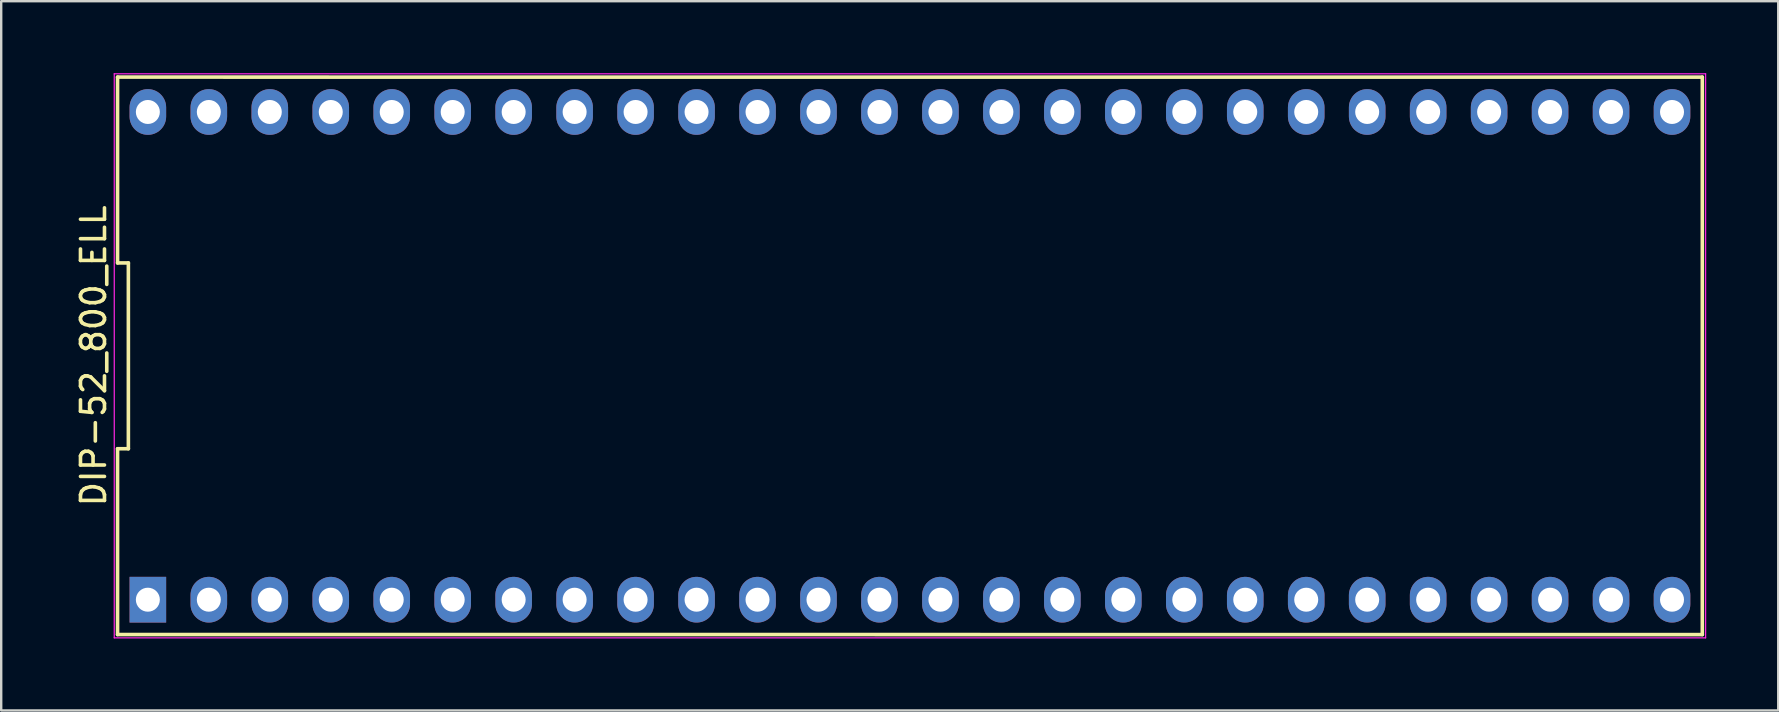
<source format=kicad_pcb>
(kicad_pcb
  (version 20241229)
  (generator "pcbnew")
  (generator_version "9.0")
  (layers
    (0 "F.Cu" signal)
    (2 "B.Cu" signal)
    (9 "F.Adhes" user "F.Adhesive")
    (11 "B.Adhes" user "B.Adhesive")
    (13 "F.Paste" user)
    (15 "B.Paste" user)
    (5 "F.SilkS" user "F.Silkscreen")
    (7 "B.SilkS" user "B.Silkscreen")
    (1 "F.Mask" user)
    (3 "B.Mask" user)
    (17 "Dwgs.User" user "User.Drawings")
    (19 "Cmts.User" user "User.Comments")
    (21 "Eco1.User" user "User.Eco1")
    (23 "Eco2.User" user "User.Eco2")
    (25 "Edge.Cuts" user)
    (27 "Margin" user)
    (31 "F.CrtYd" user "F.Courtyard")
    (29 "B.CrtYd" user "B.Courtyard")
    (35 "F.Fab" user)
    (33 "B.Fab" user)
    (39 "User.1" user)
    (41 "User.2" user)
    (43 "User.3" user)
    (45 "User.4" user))
  (footprint "DIP-52_800_ELL"
    (layer "F.Cu")
    (at 34.86 11.775)
    (property "Reference" "DIP-52_800_ELL" (at -34.012 0 90) (layer "F.SilkS") (effects (font (size 1 1) (thickness 0.15))))
    (attr through_hole)
    (fp_line (start -33.012 -11.613) (end -33.012 -3.871) (stroke (width 0.15) (type solid)) (layer "F.SilkS"))
    (fp_line (start -33.012 -3.871) (end -32.562 -3.871) (stroke (width 0.15) (type solid)) (layer "F.SilkS"))
    (fp_line (start -33.012 3.871) (end -33.012 11.612) (stroke (width 0.15) (type solid)) (layer "F.SilkS"))
    (fp_line (start -33.012 11.612) (end 33.012 11.613) (stroke (width 0.15) (type solid)) (layer "F.SilkS"))
    (fp_line (start -32.562 -3.871) (end -32.562 3.871) (stroke (width 0.15) (type solid)) (layer "F.SilkS"))
    (fp_line (start -32.562 3.871) (end -33.012 3.871) (stroke (width 0.15) (type solid)) (layer "F.SilkS"))
    (fp_line (start 33.012 -11.612) (end -33.012 -11.613) (stroke (width 0.15) (type solid)) (layer "F.SilkS"))
    (fp_line (start 33.012 11.613) (end 33.012 -11.612) (stroke (width 0.15) (type solid)) (layer "F.SilkS"))
    (fp_line (start -33.15 -11.75) (end 33.15 -11.75) (stroke (width 0.05) (type solid)) (layer "F.CrtYd"))
    (fp_line (start -33.15 11.75) (end -33.15 -11.75) (stroke (width 0.05) (type solid)) (layer "F.CrtYd"))
    (fp_line (start 33.15 -11.75) (end 33.15 11.75) (stroke (width 0.05) (type solid)) (layer "F.CrtYd"))
    (fp_line (start 33.15 11.75) (end -33.15 11.75) (stroke (width 0.05) (type solid)) (layer "F.CrtYd"))
    (pad "1" thru_hole rect (at -31.75 10.16) (size 1.524 1.905) (drill 1) (layers "*.Cu" "*.Mask"))
    (pad "2" thru_hole oval (at -29.21 10.16) (size 1.524 1.905) (drill 1) (layers "*.Cu" "*.Mask"))
    (pad "3" thru_hole oval (at -26.67 10.16) (size 1.524 1.905) (drill 1) (layers "*.Cu" "*.Mask"))
    (pad "4" thru_hole oval (at -24.13 10.16) (size 1.524 1.905) (drill 1) (layers "*.Cu" "*.Mask"))
    (pad "5" thru_hole oval (at -21.59 10.16) (size 1.524 1.905) (drill 1) (layers "*.Cu" "*.Mask"))
    (pad "6" thru_hole oval (at -19.05 10.16) (size 1.524 1.905) (drill 1) (layers "*.Cu" "*.Mask"))
    (pad "7" thru_hole oval (at -16.51 10.16) (size 1.524 1.905) (drill 1) (layers "*.Cu" "*.Mask"))
    (pad "8" thru_hole oval (at -13.97 10.16) (size 1.524 1.905) (drill 1) (layers "*.Cu" "*.Mask"))
    (pad "9" thru_hole oval (at -11.43 10.16) (size 1.524 1.905) (drill 1) (layers "*.Cu" "*.Mask"))
    (pad "10" thru_hole oval (at -8.89 10.16) (size 1.524 1.905) (drill 1) (layers "*.Cu" "*.Mask"))
    (pad "11" thru_hole oval (at -6.35 10.16) (size 1.524 1.905) (drill 1) (layers "*.Cu" "*.Mask"))
    (pad "12" thru_hole oval (at -3.81 10.16) (size 1.524 1.905) (drill 1) (layers "*.Cu" "*.Mask"))
    (pad "13" thru_hole oval (at -1.27 10.16) (size 1.524 1.905) (drill 1) (layers "*.Cu" "*.Mask"))
    (pad "14" thru_hole oval (at 1.27 10.16) (size 1.524 1.905) (drill 1) (layers "*.Cu" "*.Mask"))
    (pad "15" thru_hole oval (at 3.81 10.16) (size 1.524 1.905) (drill 1) (layers "*.Cu" "*.Mask"))
    (pad "16" thru_hole oval (at 6.35 10.16) (size 1.524 1.905) (drill 1) (layers "*.Cu" "*.Mask"))
    (pad "17" thru_hole oval (at 8.89 10.16) (size 1.524 1.905) (drill 1) (layers "*.Cu" "*.Mask"))
    (pad "18" thru_hole oval (at 11.43 10.16) (size 1.524 1.905) (drill 1) (layers "*.Cu" "*.Mask"))
    (pad "19" thru_hole oval (at 13.97 10.16) (size 1.524 1.905) (drill 1) (layers "*.Cu" "*.Mask"))
    (pad "20" thru_hole oval (at 16.51 10.16) (size 1.524 1.905) (drill 1) (layers "*.Cu" "*.Mask"))
    (pad "21" thru_hole oval (at 19.05 10.16) (size 1.524 1.905) (drill 1) (layers "*.Cu" "*.Mask"))
    (pad "22" thru_hole oval (at 21.59 10.16) (size 1.524 1.905) (drill 1) (layers "*.Cu" "*.Mask"))
    (pad "23" thru_hole oval (at 24.13 10.16) (size 1.524 1.905) (drill 1) (layers "*.Cu" "*.Mask"))
    (pad "24" thru_hole oval (at 26.67 10.16) (size 1.524 1.905) (drill 1) (layers "*.Cu" "*.Mask"))
    (pad "25" thru_hole oval (at 29.21 10.16) (size 1.524 1.905) (drill 1) (layers "*.Cu" "*.Mask"))
    (pad "26" thru_hole oval (at 31.75 10.16) (size 1.524 1.905) (drill 1) (layers "*.Cu" "*.Mask"))
    (pad "27" thru_hole oval (at 31.75 -10.16) (size 1.524 1.905) (drill 1) (layers "*.Cu" "*.Mask"))
    (pad "28" thru_hole oval (at 29.21 -10.16) (size 1.524 1.905) (drill 1) (layers "*.Cu" "*.Mask"))
    (pad "29" thru_hole oval (at 26.67 -10.16) (size 1.524 1.905) (drill 1) (layers "*.Cu" "*.Mask"))
    (pad "30" thru_hole oval (at 24.13 -10.16) (size 1.524 1.905) (drill 1) (layers "*.Cu" "*.Mask"))
    (pad "31" thru_hole oval (at 21.59 -10.16) (size 1.524 1.905) (drill 1) (layers "*.Cu" "*.Mask"))
    (pad "32" thru_hole oval (at 19.05 -10.16) (size 1.524 1.905) (drill 1) (layers "*.Cu" "*.Mask"))
    (pad "33" thru_hole oval (at 16.51 -10.16) (size 1.524 1.905) (drill 1) (layers "*.Cu" "*.Mask"))
    (pad "34" thru_hole oval (at 13.97 -10.16) (size 1.524 1.905) (drill 1) (layers "*.Cu" "*.Mask"))
    (pad "35" thru_hole oval (at 11.43 -10.16) (size 1.524 1.905) (drill 1) (layers "*.Cu" "*.Mask"))
    (pad "36" thru_hole oval (at 8.89 -10.16) (size 1.524 1.905) (drill 1) (layers "*.Cu" "*.Mask"))
    (pad "37" thru_hole oval (at 6.35 -10.16) (size 1.524 1.905) (drill 1) (layers "*.Cu" "*.Mask"))
    (pad "38" thru_hole oval (at 3.81 -10.16) (size 1.524 1.905) (drill 1) (layers "*.Cu" "*.Mask"))
    (pad "39" thru_hole oval (at 1.27 -10.16) (size 1.524 1.905) (drill 1) (layers "*.Cu" "*.Mask"))
    (pad "40" thru_hole oval (at -1.27 -10.16) (size 1.524 1.905) (drill 1) (layers "*.Cu" "*.Mask"))
    (pad "41" thru_hole oval (at -3.81 -10.16) (size 1.524 1.905) (drill 1) (layers "*.Cu" "*.Mask"))
    (pad "42" thru_hole oval (at -6.35 -10.16) (size 1.524 1.905) (drill 1) (layers "*.Cu" "*.Mask"))
    (pad "43" thru_hole oval (at -8.89 -10.16) (size 1.524 1.905) (drill 1) (layers "*.Cu" "*.Mask"))
    (pad "44" thru_hole oval (at -11.43 -10.16) (size 1.524 1.905) (drill 1) (layers "*.Cu" "*.Mask"))
    (pad "45" thru_hole oval (at -13.97 -10.16) (size 1.524 1.905) (drill 1) (layers "*.Cu" "*.Mask"))
    (pad "46" thru_hole oval (at -16.51 -10.16) (size 1.524 1.905) (drill 1) (layers "*.Cu" "*.Mask"))
    (pad "47" thru_hole oval (at -19.05 -10.16) (size 1.524 1.905) (drill 1) (layers "*.Cu" "*.Mask"))
    (pad "48" thru_hole oval (at -21.59 -10.16) (size 1.524 1.905) (drill 1) (layers "*.Cu" "*.Mask"))
    (pad "49" thru_hole oval (at -24.13 -10.16) (size 1.524 1.905) (drill 1) (layers "*.Cu" "*.Mask"))
    (pad "50" thru_hole oval (at -26.67 -10.16) (size 1.524 1.905) (drill 1) (layers "*.Cu" "*.Mask"))
    (pad "51" thru_hole oval (at -29.21 -10.16) (size 1.524 1.905) (drill 1) (layers "*.Cu" "*.Mask"))
    (pad "52" thru_hole oval (at -31.75 -10.16) (size 1.524 1.905) (drill 1) (layers "*.Cu" "*.Mask")))
  (gr_rect
    (start -3 -3)
    (end 71.035 26.55)
    (stroke (width 0.1) (type default))
    (fill no)
    (layer "Edge.Cuts")))
</source>
